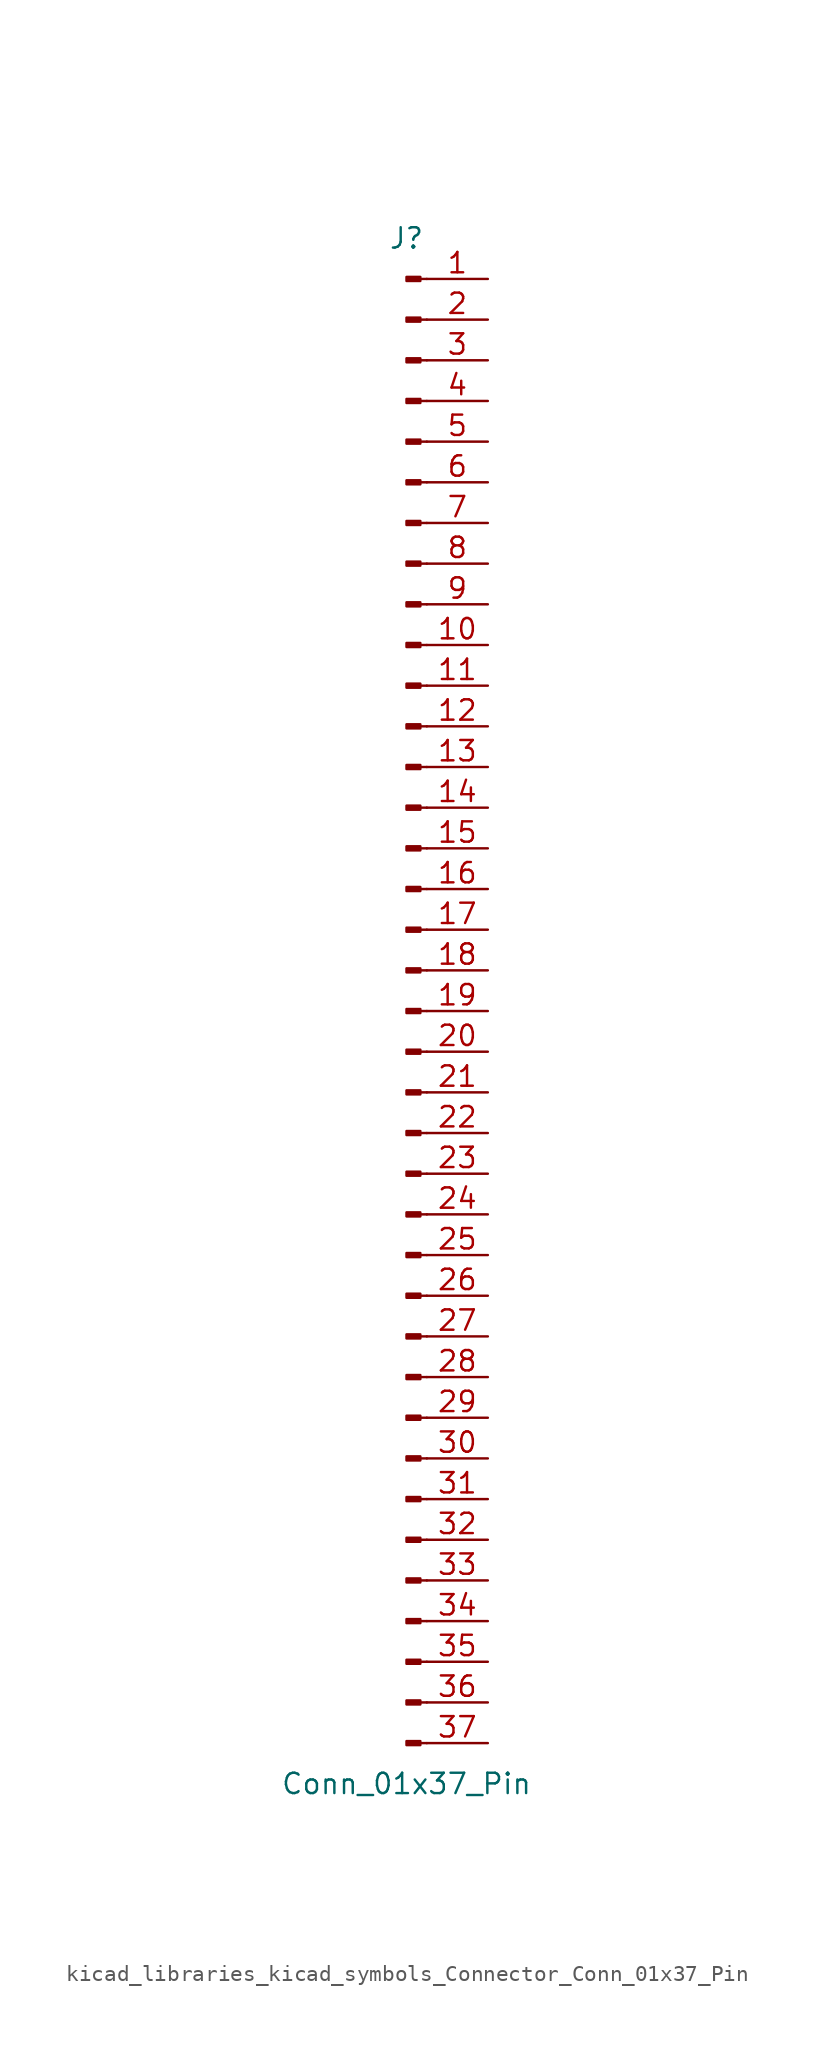
<source format=kicad_sym>
(kicad_symbol_lib
  (version 20220914)
  (generator kicad_symbol_editor)
  (symbol "kicad_libraries_kicad_symbols_Connector_Conn_01x37_Pin"
    (pin_names
      (offset 1.016) hide)
    (property "Reference" "J"
      (at 0 48.26 0)
      (effects (font (size 1.27 1.27))))
    (property "Value" "Conn_01x37_Pin"
      (at 0 -48.26 0)
      (effects (font (size 1.27 1.27))))
    (property "ki_locked" ""
      (at 0 0 0)
      (effects (font (size 1.27 1.27))))
    (symbol "kicad_libraries_kicad_symbols_Connector_Conn_01x37_Pin_1_1"
      (polyline (pts (xy 1.27 -45.72) (xy 0.864 -45.72)) (stroke (width 0.152) (type default)) (fill (type none)))
      (polyline (pts (xy 1.27 -43.18) (xy 0.864 -43.18)) (stroke (width 0.152) (type default)) (fill (type none)))
      (polyline (pts (xy 1.27 -40.64) (xy 0.864 -40.64)) (stroke (width 0.152) (type default)) (fill (type none)))
      (polyline (pts (xy 1.27 -38.1) (xy 0.864 -38.1)) (stroke (width 0.152) (type default)) (fill (type none)))
      (polyline (pts (xy 1.27 -35.56) (xy 0.864 -35.56)) (stroke (width 0.152) (type default)) (fill (type none)))
      (polyline (pts (xy 1.27 -33.02) (xy 0.864 -33.02)) (stroke (width 0.152) (type default)) (fill (type none)))
      (polyline (pts (xy 1.27 -30.48) (xy 0.864 -30.48)) (stroke (width 0.152) (type default)) (fill (type none)))
      (polyline (pts (xy 1.27 -27.94) (xy 0.864 -27.94)) (stroke (width 0.152) (type default)) (fill (type none)))
      (polyline (pts (xy 1.27 -25.4) (xy 0.864 -25.4)) (stroke (width 0.152) (type default)) (fill (type none)))
      (polyline (pts (xy 1.27 -22.86) (xy 0.864 -22.86)) (stroke (width 0.152) (type default)) (fill (type none)))
      (polyline (pts (xy 1.27 -20.32) (xy 0.864 -20.32)) (stroke (width 0.152) (type default)) (fill (type none)))
      (polyline (pts (xy 1.27 -17.78) (xy 0.864 -17.78)) (stroke (width 0.152) (type default)) (fill (type none)))
      (polyline (pts (xy 1.27 -15.24) (xy 0.864 -15.24)) (stroke (width 0.152) (type default)) (fill (type none)))
      (polyline (pts (xy 1.27 -12.7) (xy 0.864 -12.7)) (stroke (width 0.152) (type default)) (fill (type none)))
      (polyline (pts (xy 1.27 -10.16) (xy 0.864 -10.16)) (stroke (width 0.152) (type default)) (fill (type none)))
      (polyline (pts (xy 1.27 -7.62) (xy 0.864 -7.62)) (stroke (width 0.152) (type default)) (fill (type none)))
      (polyline (pts (xy 1.27 -5.08) (xy 0.864 -5.08)) (stroke (width 0.152) (type default)) (fill (type none)))
      (polyline (pts (xy 1.27 -2.54) (xy 0.864 -2.54)) (stroke (width 0.152) (type default)) (fill (type none)))
      (polyline (pts (xy 1.27 0) (xy 0.864 0)) (stroke (width 0.152) (type default)) (fill (type none)))
      (polyline (pts (xy 1.27 2.54) (xy 0.864 2.54)) (stroke (width 0.152) (type default)) (fill (type none)))
      (polyline (pts (xy 1.27 5.08) (xy 0.864 5.08)) (stroke (width 0.152) (type default)) (fill (type none)))
      (polyline (pts (xy 1.27 7.62) (xy 0.864 7.62)) (stroke (width 0.152) (type default)) (fill (type none)))
      (polyline (pts (xy 1.27 10.16) (xy 0.864 10.16)) (stroke (width 0.152) (type default)) (fill (type none)))
      (polyline (pts (xy 1.27 12.7) (xy 0.864 12.7)) (stroke (width 0.152) (type default)) (fill (type none)))
      (polyline (pts (xy 1.27 15.24) (xy 0.864 15.24)) (stroke (width 0.152) (type default)) (fill (type none)))
      (polyline (pts (xy 1.27 17.78) (xy 0.864 17.78)) (stroke (width 0.152) (type default)) (fill (type none)))
      (polyline (pts (xy 1.27 20.32) (xy 0.864 20.32)) (stroke (width 0.152) (type default)) (fill (type none)))
      (polyline (pts (xy 1.27 22.86) (xy 0.864 22.86)) (stroke (width 0.152) (type default)) (fill (type none)))
      (polyline (pts (xy 1.27 25.4) (xy 0.864 25.4)) (stroke (width 0.152) (type default)) (fill (type none)))
      (polyline (pts (xy 1.27 27.94) (xy 0.864 27.94)) (stroke (width 0.152) (type default)) (fill (type none)))
      (polyline (pts (xy 1.27 30.48) (xy 0.864 30.48)) (stroke (width 0.152) (type default)) (fill (type none)))
      (polyline (pts (xy 1.27 33.02) (xy 0.864 33.02)) (stroke (width 0.152) (type default)) (fill (type none)))
      (polyline (pts (xy 1.27 35.56) (xy 0.864 35.56)) (stroke (width 0.152) (type default)) (fill (type none)))
      (polyline (pts (xy 1.27 38.1) (xy 0.864 38.1)) (stroke (width 0.152) (type default)) (fill (type none)))
      (polyline (pts (xy 1.27 40.64) (xy 0.864 40.64)) (stroke (width 0.152) (type default)) (fill (type none)))
      (polyline (pts (xy 1.27 43.18) (xy 0.864 43.18)) (stroke (width 0.152) (type default)) (fill (type none)))
      (polyline (pts (xy 1.27 45.72) (xy 0.864 45.72)) (stroke (width 0.152) (type default)) (fill (type none)))
      (rectangle (start 0.864 -45.593) (end 0 -45.847) (stroke (width 0.152) (type default)) (fill (type outline)))
      (rectangle (start 0.864 -43.053) (end 0 -43.307) (stroke (width 0.152) (type default)) (fill (type outline)))
      (rectangle (start 0.864 -40.513) (end 0 -40.767) (stroke (width 0.152) (type default)) (fill (type outline)))
      (rectangle (start 0.864 -37.973) (end 0 -38.227) (stroke (width 0.152) (type default)) (fill (type outline)))
      (rectangle (start 0.864 -35.433) (end 0 -35.687) (stroke (width 0.152) (type default)) (fill (type outline)))
      (rectangle (start 0.864 -32.893) (end 0 -33.147) (stroke (width 0.152) (type default)) (fill (type outline)))
      (rectangle (start 0.864 -30.353) (end 0 -30.607) (stroke (width 0.152) (type default)) (fill (type outline)))
      (rectangle (start 0.864 -27.813) (end 0 -28.067) (stroke (width 0.152) (type default)) (fill (type outline)))
      (rectangle (start 0.864 -25.273) (end 0 -25.527) (stroke (width 0.152) (type default)) (fill (type outline)))
      (rectangle (start 0.864 -22.733) (end 0 -22.987) (stroke (width 0.152) (type default)) (fill (type outline)))
      (rectangle (start 0.864 -20.193) (end 0 -20.447) (stroke (width 0.152) (type default)) (fill (type outline)))
      (rectangle (start 0.864 -17.653) (end 0 -17.907) (stroke (width 0.152) (type default)) (fill (type outline)))
      (rectangle (start 0.864 -15.113) (end 0 -15.367) (stroke (width 0.152) (type default)) (fill (type outline)))
      (rectangle (start 0.864 -12.573) (end 0 -12.827) (stroke (width 0.152) (type default)) (fill (type outline)))
      (rectangle (start 0.864 -10.033) (end 0 -10.287) (stroke (width 0.152) (type default)) (fill (type outline)))
      (rectangle (start 0.864 -7.493) (end 0 -7.747) (stroke (width 0.152) (type default)) (fill (type outline)))
      (rectangle (start 0.864 -4.953) (end 0 -5.207) (stroke (width 0.152) (type default)) (fill (type outline)))
      (rectangle (start 0.864 -2.413) (end 0 -2.667) (stroke (width 0.152) (type default)) (fill (type outline)))
      (rectangle (start 0.864 0.127) (end 0 -0.127) (stroke (width 0.152) (type default)) (fill (type outline)))
      (rectangle (start 0.864 2.667) (end 0 2.413) (stroke (width 0.152) (type default)) (fill (type outline)))
      (rectangle (start 0.864 5.207) (end 0 4.953) (stroke (width 0.152) (type default)) (fill (type outline)))
      (rectangle (start 0.864 7.747) (end 0 7.493) (stroke (width 0.152) (type default)) (fill (type outline)))
      (rectangle (start 0.864 10.287) (end 0 10.033) (stroke (width 0.152) (type default)) (fill (type outline)))
      (rectangle (start 0.864 12.827) (end 0 12.573) (stroke (width 0.152) (type default)) (fill (type outline)))
      (rectangle (start 0.864 15.367) (end 0 15.113) (stroke (width 0.152) (type default)) (fill (type outline)))
      (rectangle (start 0.864 17.907) (end 0 17.653) (stroke (width 0.152) (type default)) (fill (type outline)))
      (rectangle (start 0.864 20.447) (end 0 20.193) (stroke (width 0.152) (type default)) (fill (type outline)))
      (rectangle (start 0.864 22.987) (end 0 22.733) (stroke (width 0.152) (type default)) (fill (type outline)))
      (rectangle (start 0.864 25.527) (end 0 25.273) (stroke (width 0.152) (type default)) (fill (type outline)))
      (rectangle (start 0.864 28.067) (end 0 27.813) (stroke (width 0.152) (type default)) (fill (type outline)))
      (rectangle (start 0.864 30.607) (end 0 30.353) (stroke (width 0.152) (type default)) (fill (type outline)))
      (rectangle (start 0.864 33.147) (end 0 32.893) (stroke (width 0.152) (type default)) (fill (type outline)))
      (rectangle (start 0.864 35.687) (end 0 35.433) (stroke (width 0.152) (type default)) (fill (type outline)))
      (rectangle (start 0.864 38.227) (end 0 37.973) (stroke (width 0.152) (type default)) (fill (type outline)))
      (rectangle (start 0.864 40.767) (end 0 40.513) (stroke (width 0.152) (type default)) (fill (type outline)))
      (rectangle (start 0.864 43.307) (end 0 43.053) (stroke (width 0.152) (type default)) (fill (type outline)))
      (rectangle (start 0.864 45.847) (end 0 45.593) (stroke (width 0.152) (type default)) (fill (type outline)))
      (pin passive line (at 5.08 45.72 180) (length 3.81) (name "Pin_1" (effects (font (size 1.27 1.27)))) (number "1" (effects (font (size 1.27 1.27)))))
      (pin passive line (at 5.08 22.86 180) (length 3.81) (name "Pin_10" (effects (font (size 1.27 1.27)))) (number "10" (effects (font (size 1.27 1.27)))))
      (pin passive line (at 5.08 20.32 180) (length 3.81) (name "Pin_11" (effects (font (size 1.27 1.27)))) (number "11" (effects (font (size 1.27 1.27)))))
      (pin passive line (at 5.08 17.78 180) (length 3.81) (name "Pin_12" (effects (font (size 1.27 1.27)))) (number "12" (effects (font (size 1.27 1.27)))))
      (pin passive line (at 5.08 15.24 180) (length 3.81) (name "Pin_13" (effects (font (size 1.27 1.27)))) (number "13" (effects (font (size 1.27 1.27)))))
      (pin passive line (at 5.08 12.7 180) (length 3.81) (name "Pin_14" (effects (font (size 1.27 1.27)))) (number "14" (effects (font (size 1.27 1.27)))))
      (pin passive line (at 5.08 10.16 180) (length 3.81) (name "Pin_15" (effects (font (size 1.27 1.27)))) (number "15" (effects (font (size 1.27 1.27)))))
      (pin passive line (at 5.08 7.62 180) (length 3.81) (name "Pin_16" (effects (font (size 1.27 1.27)))) (number "16" (effects (font (size 1.27 1.27)))))
      (pin passive line (at 5.08 5.08 180) (length 3.81) (name "Pin_17" (effects (font (size 1.27 1.27)))) (number "17" (effects (font (size 1.27 1.27)))))
      (pin passive line (at 5.08 2.54 180) (length 3.81) (name "Pin_18" (effects (font (size 1.27 1.27)))) (number "18" (effects (font (size 1.27 1.27)))))
      (pin passive line (at 5.08 0 180) (length 3.81) (name "Pin_19" (effects (font (size 1.27 1.27)))) (number "19" (effects (font (size 1.27 1.27)))))
      (pin passive line (at 5.08 43.18 180) (length 3.81) (name "Pin_2" (effects (font (size 1.27 1.27)))) (number "2" (effects (font (size 1.27 1.27)))))
      (pin passive line (at 5.08 -2.54 180) (length 3.81) (name "Pin_20" (effects (font (size 1.27 1.27)))) (number "20" (effects (font (size 1.27 1.27)))))
      (pin passive line (at 5.08 -5.08 180) (length 3.81) (name "Pin_21" (effects (font (size 1.27 1.27)))) (number "21" (effects (font (size 1.27 1.27)))))
      (pin passive line (at 5.08 -7.62 180) (length 3.81) (name "Pin_22" (effects (font (size 1.27 1.27)))) (number "22" (effects (font (size 1.27 1.27)))))
      (pin passive line (at 5.08 -10.16 180) (length 3.81) (name "Pin_23" (effects (font (size 1.27 1.27)))) (number "23" (effects (font (size 1.27 1.27)))))
      (pin passive line (at 5.08 -12.7 180) (length 3.81) (name "Pin_24" (effects (font (size 1.27 1.27)))) (number "24" (effects (font (size 1.27 1.27)))))
      (pin passive line (at 5.08 -15.24 180) (length 3.81) (name "Pin_25" (effects (font (size 1.27 1.27)))) (number "25" (effects (font (size 1.27 1.27)))))
      (pin passive line (at 5.08 -17.78 180) (length 3.81) (name "Pin_26" (effects (font (size 1.27 1.27)))) (number "26" (effects (font (size 1.27 1.27)))))
      (pin passive line (at 5.08 -20.32 180) (length 3.81) (name "Pin_27" (effects (font (size 1.27 1.27)))) (number "27" (effects (font (size 1.27 1.27)))))
      (pin passive line (at 5.08 -22.86 180) (length 3.81) (name "Pin_28" (effects (font (size 1.27 1.27)))) (number "28" (effects (font (size 1.27 1.27)))))
      (pin passive line (at 5.08 -25.4 180) (length 3.81) (name "Pin_29" (effects (font (size 1.27 1.27)))) (number "29" (effects (font (size 1.27 1.27)))))
      (pin passive line (at 5.08 40.64 180) (length 3.81) (name "Pin_3" (effects (font (size 1.27 1.27)))) (number "3" (effects (font (size 1.27 1.27)))))
      (pin passive line (at 5.08 -27.94 180) (length 3.81) (name "Pin_30" (effects (font (size 1.27 1.27)))) (number "30" (effects (font (size 1.27 1.27)))))
      (pin passive line (at 5.08 -30.48 180) (length 3.81) (name "Pin_31" (effects (font (size 1.27 1.27)))) (number "31" (effects (font (size 1.27 1.27)))))
      (pin passive line (at 5.08 -33.02 180) (length 3.81) (name "Pin_32" (effects (font (size 1.27 1.27)))) (number "32" (effects (font (size 1.27 1.27)))))
      (pin passive line (at 5.08 -35.56 180) (length 3.81) (name "Pin_33" (effects (font (size 1.27 1.27)))) (number "33" (effects (font (size 1.27 1.27)))))
      (pin passive line (at 5.08 -38.1 180) (length 3.81) (name "Pin_34" (effects (font (size 1.27 1.27)))) (number "34" (effects (font (size 1.27 1.27)))))
      (pin passive line (at 5.08 -40.64 180) (length 3.81) (name "Pin_35" (effects (font (size 1.27 1.27)))) (number "35" (effects (font (size 1.27 1.27)))))
      (pin passive line (at 5.08 -43.18 180) (length 3.81) (name "Pin_36" (effects (font (size 1.27 1.27)))) (number "36" (effects (font (size 1.27 1.27)))))
      (pin passive line (at 5.08 -45.72 180) (length 3.81) (name "Pin_37" (effects (font (size 1.27 1.27)))) (number "37" (effects (font (size 1.27 1.27)))))
      (pin passive line (at 5.08 38.1 180) (length 3.81) (name "Pin_4" (effects (font (size 1.27 1.27)))) (number "4" (effects (font (size 1.27 1.27)))))
      (pin passive line (at 5.08 35.56 180) (length 3.81) (name "Pin_5" (effects (font (size 1.27 1.27)))) (number "5" (effects (font (size 1.27 1.27)))))
      (pin passive line (at 5.08 33.02 180) (length 3.81) (name "Pin_6" (effects (font (size 1.27 1.27)))) (number "6" (effects (font (size 1.27 1.27)))))
      (pin passive line (at 5.08 30.48 180) (length 3.81) (name "Pin_7" (effects (font (size 1.27 1.27)))) (number "7" (effects (font (size 1.27 1.27)))))
      (pin passive line (at 5.08 27.94 180) (length 3.81) (name "Pin_8" (effects (font (size 1.27 1.27)))) (number "8" (effects (font (size 1.27 1.27)))))
      (pin passive line (at 5.08 25.4 180) (length 3.81) (name "Pin_9" (effects (font (size 1.27 1.27)))) (number "9" (effects (font (size 1.27 1.27))))))))
</source>
